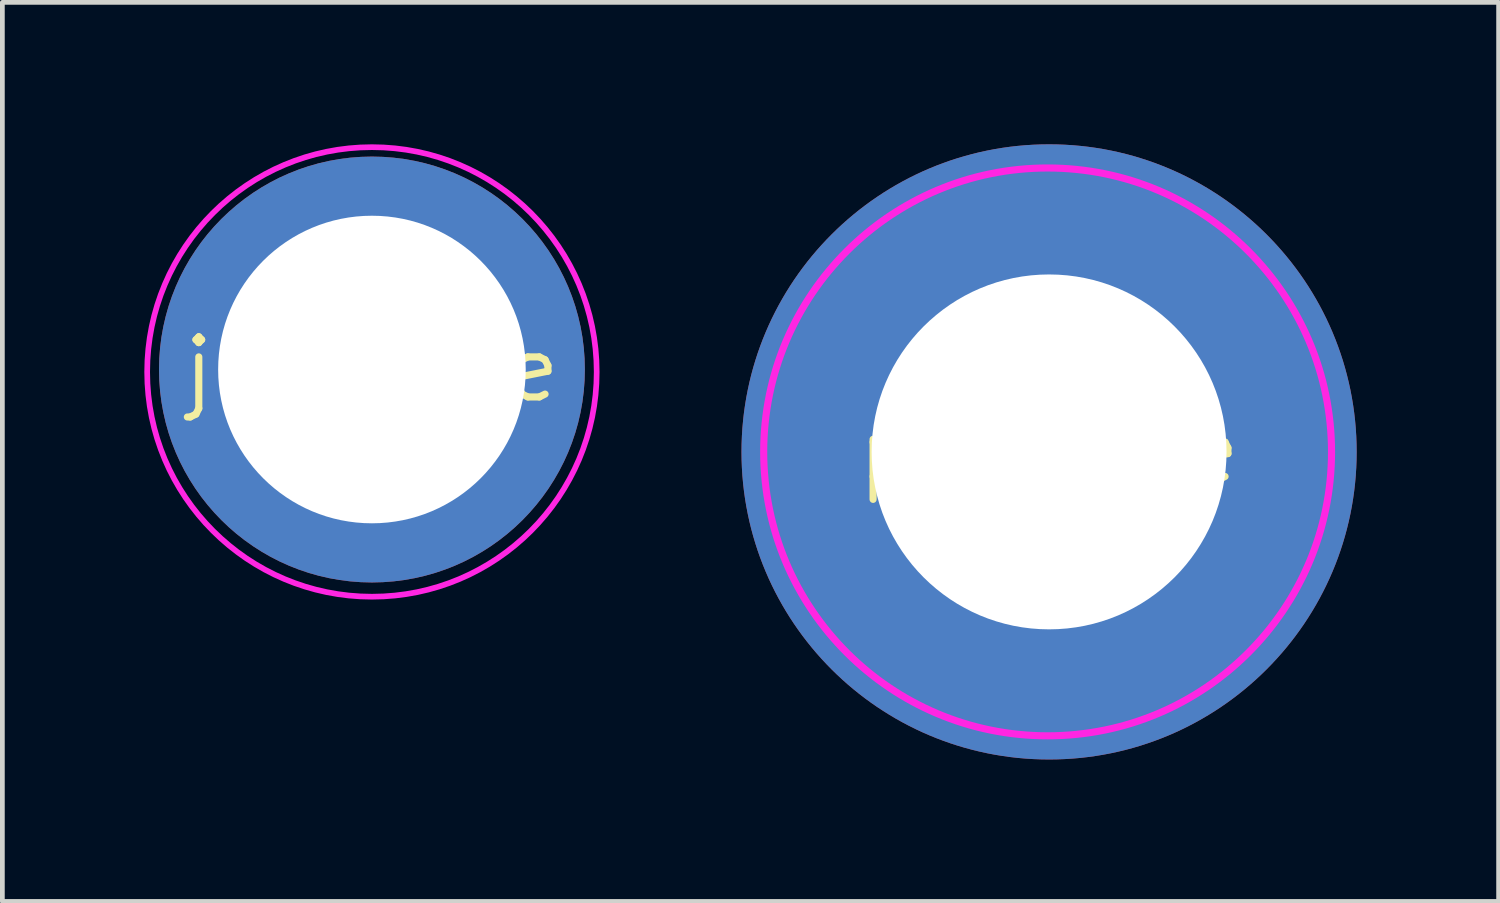
<source format=kicad_pcb>
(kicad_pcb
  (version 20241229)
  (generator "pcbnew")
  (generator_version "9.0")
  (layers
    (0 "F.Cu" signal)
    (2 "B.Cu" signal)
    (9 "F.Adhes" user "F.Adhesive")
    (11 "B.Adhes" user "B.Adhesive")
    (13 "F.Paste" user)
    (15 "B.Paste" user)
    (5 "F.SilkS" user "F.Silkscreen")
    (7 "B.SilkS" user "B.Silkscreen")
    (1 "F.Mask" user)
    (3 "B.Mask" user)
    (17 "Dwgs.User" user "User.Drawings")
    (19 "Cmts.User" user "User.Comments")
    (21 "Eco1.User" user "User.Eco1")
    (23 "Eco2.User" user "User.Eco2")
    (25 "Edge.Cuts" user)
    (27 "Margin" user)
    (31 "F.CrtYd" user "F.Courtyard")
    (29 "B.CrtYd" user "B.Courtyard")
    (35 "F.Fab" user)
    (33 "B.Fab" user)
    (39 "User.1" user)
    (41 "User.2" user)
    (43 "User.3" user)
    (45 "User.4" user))
  (footprint "pot_hole"
    (layer "F.Cu")
    (at 19.12 6.5)
    (property "Reference" "pot_hole" (at 0 0 0) (layer "F.SilkS") (effects (font (size 1.27 1.27) (thickness 0.15))))
    (attr through_hole)
    (fp_circle (center -0.031 0) (end 5.969 0) (stroke (width 0.15) (type solid)) (fill no) (layer "F.CrtYd"))
    (pad "" thru_hole circle (at 0 0) (size 13 13) (drill 7.5) (layers "*.Cu" "*.Mask")))
  (footprint "jackhole"
    (layer "F.Cu")
    (at 4.81 4.759)
    (property "Reference" "jackhole" (at 0 0 0) (layer "F.SilkS") (effects (font (size 1.27 1.27) (thickness 0.15))))
    (attr through_hole)
    (fp_circle (center 0 0.051) (end 4.75 0.051) (stroke (width 0.12) (type solid)) (fill no) (layer "F.CrtYd"))
    (pad "" thru_hole circle (at 0 0) (size 9 9) (drill 6.5) (layers "*.Cu" "*.Mask")))
  (gr_rect
    (start -3 -3)
    (end 28.62 16)
    (stroke (width 0.1) (type default))
    (fill no)
    (layer "Edge.Cuts")))
</source>
